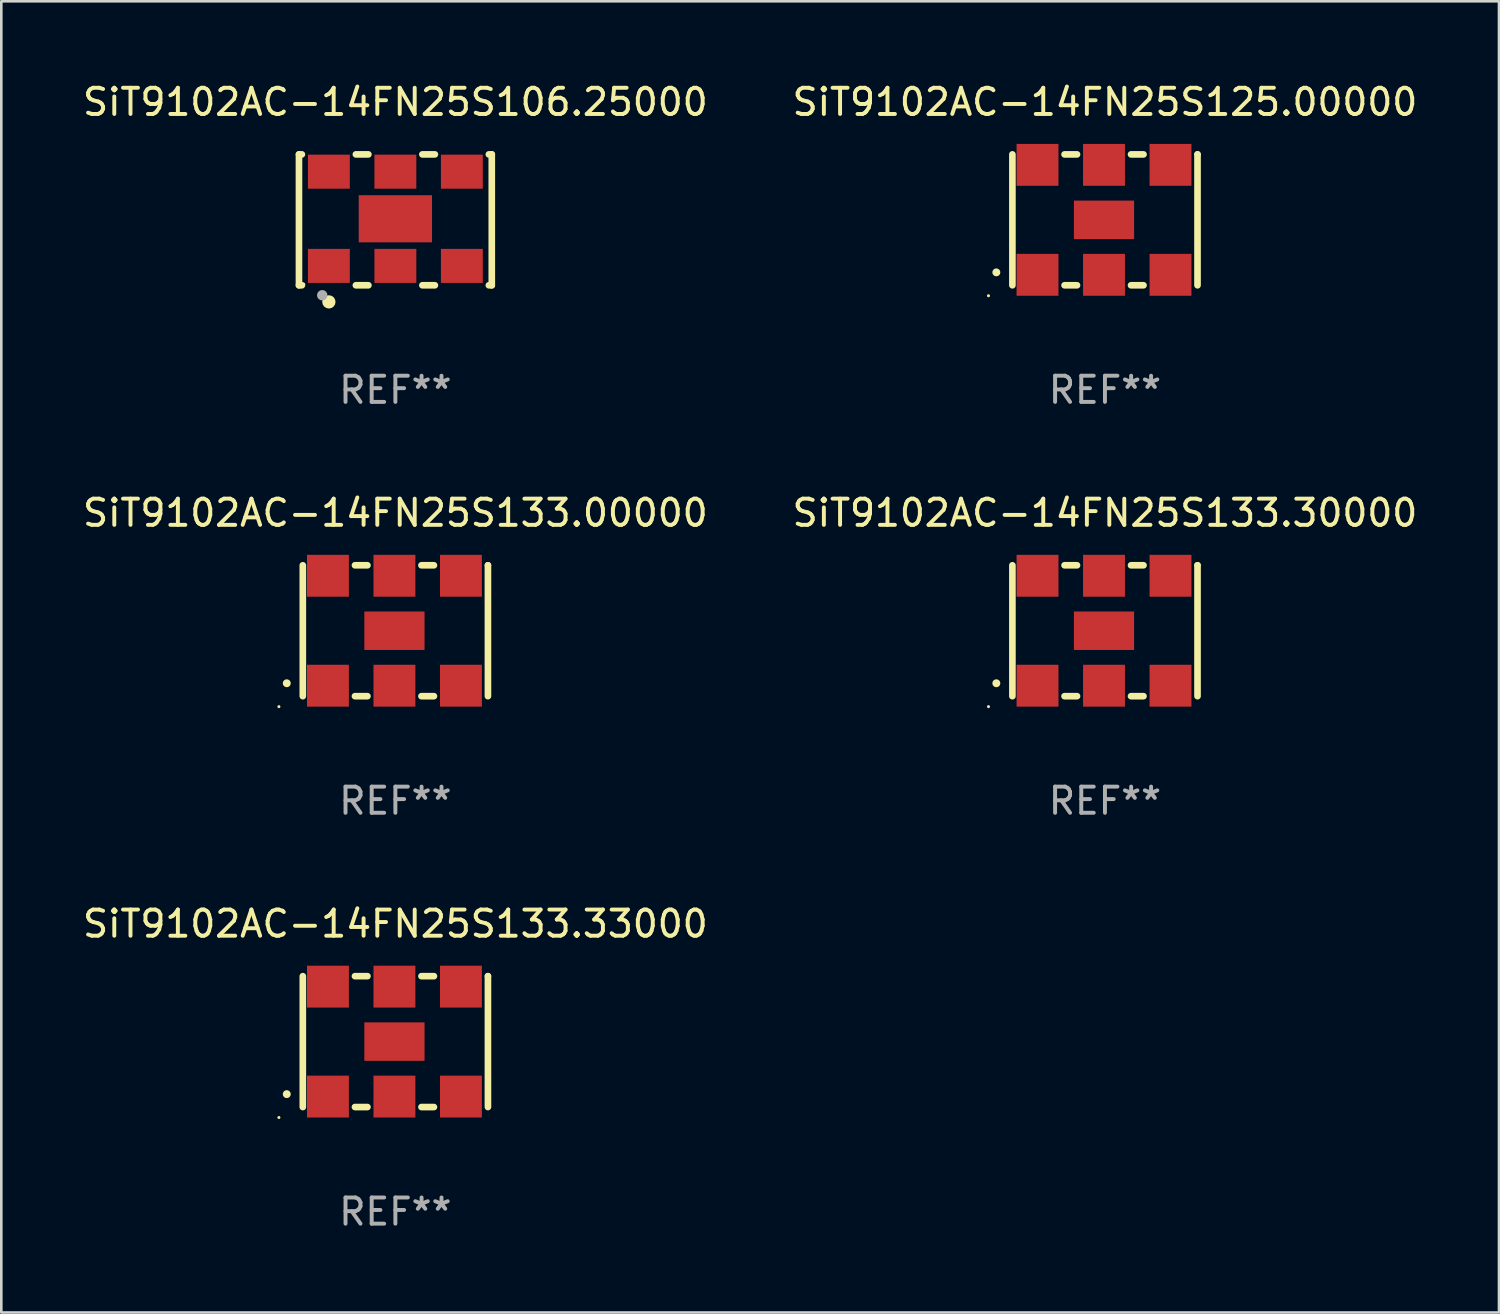
<source format=kicad_pcb>
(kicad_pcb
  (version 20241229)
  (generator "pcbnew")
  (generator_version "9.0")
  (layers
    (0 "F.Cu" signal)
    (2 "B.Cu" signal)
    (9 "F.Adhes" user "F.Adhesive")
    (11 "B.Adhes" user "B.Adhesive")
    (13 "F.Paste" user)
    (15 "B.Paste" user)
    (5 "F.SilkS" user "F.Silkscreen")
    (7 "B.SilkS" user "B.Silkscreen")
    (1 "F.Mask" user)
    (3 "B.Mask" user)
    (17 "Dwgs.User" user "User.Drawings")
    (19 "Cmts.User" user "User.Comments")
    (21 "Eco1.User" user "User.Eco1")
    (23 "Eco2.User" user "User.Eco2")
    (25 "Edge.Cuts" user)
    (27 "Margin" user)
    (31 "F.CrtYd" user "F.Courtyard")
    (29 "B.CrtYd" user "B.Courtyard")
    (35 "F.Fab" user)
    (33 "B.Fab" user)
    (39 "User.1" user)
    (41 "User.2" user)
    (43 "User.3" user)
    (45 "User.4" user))
  (footprint "SiT9102AC-14FN25S133.30000"
    (layer "F.Cu")
    (at 39.161 21.045)
    (property "Reference" "SiT9102AC-14FN25S133.30000" (at 0 -4.5 0) (layer "F.SilkS") (effects (font (size 1 1) (thickness 0.15))))
    (attr through_hole)
    (fp_line (start -3.536 -2.5) (end -3.536 2.5) (stroke (width 0.254) (type solid)) (layer "F.SilkS"))
    (fp_line (start -1.544 2.5) (end -1.067 2.5) (stroke (width 0.254) (type solid)) (layer "F.SilkS"))
    (fp_line (start -1.067 -2.5) (end -1.544 -2.5) (stroke (width 0.254) (type solid)) (layer "F.SilkS"))
    (fp_line (start 0.996 2.5) (end 1.473 2.5) (stroke (width 0.254) (type solid)) (layer "F.SilkS"))
    (fp_line (start 1.473 -2.5) (end 0.996 -2.5) (stroke (width 0.254) (type solid)) (layer "F.SilkS"))
    (fp_line (start 3.536 -2.5) (end 3.536 -2.5) (stroke (width 0.254) (type solid)) (layer "F.SilkS"))
    (fp_line (start 3.536 2.5) (end 3.536 -2.5) (stroke (width 0.254) (type solid)) (layer "F.SilkS"))
    (fp_arc (start -4.150432 2.006604) (mid -4.149162 2.006599) (end -4.147892 2.006604) (stroke (width 0.3) (type solid)) (layer "F.SilkS"))
    (fp_circle (center -4.449 2.9) (end -4.419 2.9) (stroke (width 0.06) (type solid)) (fill no) (layer "F.SilkS"))
    (fp_text user "REF**" (at 0 6.5 0) (layer "F.Fab") (effects (font (size 1 1) (thickness 0.15))))
    (pad "1" smd rect (at -2.576 2.1) (size 1.6 1.6) (layers "F.Cu" "F.Mask" "F.Paste"))
    (pad "2" smd rect (at -0.036 2.1) (size 1.6 1.6) (layers "F.Cu" "F.Mask" "F.Paste"))
    (pad "3" smd rect (at 2.504 2.1) (size 1.6 1.6) (layers "F.Cu" "F.Mask" "F.Paste"))
    (pad "4" smd rect (at 2.504 -2.1) (size 1.6 1.6) (layers "F.Cu" "F.Mask" "F.Paste"))
    (pad "5" smd rect (at -0.036 -2.1) (size 1.6 1.6) (layers "F.Cu" "F.Mask" "F.Paste"))
    (pad "6" smd rect (at -2.576 -2.1) (size 1.6 1.6) (layers "F.Cu" "F.Mask" "F.Paste"))
    (pad "7" smd rect (at -0.036 0) (size 2.3 1.47) (layers "F.Cu" "F.Mask" "F.Paste")))
  (footprint "SiT9102AC-14FN25S133.33000"
    (layer "F.Cu")
    (at 12.054 36.741)
    (property "Reference" "SiT9102AC-14FN25S133.33000" (at 0 -4.5 0) (layer "F.SilkS") (effects (font (size 1 1) (thickness 0.15))))
    (attr through_hole)
    (fp_line (start -3.536 -2.5) (end -3.536 2.5) (stroke (width 0.254) (type solid)) (layer "F.SilkS"))
    (fp_line (start -1.544 2.5) (end -1.067 2.5) (stroke (width 0.254) (type solid)) (layer "F.SilkS"))
    (fp_line (start -1.067 -2.5) (end -1.544 -2.5) (stroke (width 0.254) (type solid)) (layer "F.SilkS"))
    (fp_line (start 0.996 2.5) (end 1.473 2.5) (stroke (width 0.254) (type solid)) (layer "F.SilkS"))
    (fp_line (start 1.473 -2.5) (end 0.996 -2.5) (stroke (width 0.254) (type solid)) (layer "F.SilkS"))
    (fp_line (start 3.536 -2.5) (end 3.536 -2.5) (stroke (width 0.254) (type solid)) (layer "F.SilkS"))
    (fp_line (start 3.536 2.5) (end 3.536 -2.5) (stroke (width 0.254) (type solid)) (layer "F.SilkS"))
    (fp_arc (start -4.150432 2.006604) (mid -4.149162 2.006599) (end -4.147892 2.006604) (stroke (width 0.3) (type solid)) (layer "F.SilkS"))
    (fp_circle (center -4.449 2.9) (end -4.419 2.9) (stroke (width 0.06) (type solid)) (fill no) (layer "F.SilkS"))
    (fp_text user "REF**" (at 0 6.5 0) (layer "F.Fab") (effects (font (size 1 1) (thickness 0.15))))
    (pad "1" smd rect (at -2.576 2.1) (size 1.6 1.6) (layers "F.Cu" "F.Mask" "F.Paste"))
    (pad "2" smd rect (at -0.036 2.1) (size 1.6 1.6) (layers "F.Cu" "F.Mask" "F.Paste"))
    (pad "3" smd rect (at 2.504 2.1) (size 1.6 1.6) (layers "F.Cu" "F.Mask" "F.Paste"))
    (pad "4" smd rect (at 2.504 -2.1) (size 1.6 1.6) (layers "F.Cu" "F.Mask" "F.Paste"))
    (pad "5" smd rect (at -0.036 -2.1) (size 1.6 1.6) (layers "F.Cu" "F.Mask" "F.Paste"))
    (pad "6" smd rect (at -2.576 -2.1) (size 1.6 1.6) (layers "F.Cu" "F.Mask" "F.Paste"))
    (pad "7" smd rect (at -0.036 0) (size 2.3 1.47) (layers "F.Cu" "F.Mask" "F.Paste")))
  (footprint "SiT9102AC-14FN25S125.00000"
    (layer "F.Cu")
    (at 39.161 5.348)
    (property "Reference" "SiT9102AC-14FN25S125.00000" (at 0 -4.5 0) (layer "F.SilkS") (effects (font (size 1 1) (thickness 0.15))))
    (attr through_hole)
    (fp_line (start -3.536 -2.5) (end -3.536 2.5) (stroke (width 0.254) (type solid)) (layer "F.SilkS"))
    (fp_line (start -1.544 2.5) (end -1.067 2.5) (stroke (width 0.254) (type solid)) (layer "F.SilkS"))
    (fp_line (start -1.067 -2.5) (end -1.544 -2.5) (stroke (width 0.254) (type solid)) (layer "F.SilkS"))
    (fp_line (start 0.996 2.5) (end 1.473 2.5) (stroke (width 0.254) (type solid)) (layer "F.SilkS"))
    (fp_line (start 1.473 -2.5) (end 0.996 -2.5) (stroke (width 0.254) (type solid)) (layer "F.SilkS"))
    (fp_line (start 3.536 -2.5) (end 3.536 -2.5) (stroke (width 0.254) (type solid)) (layer "F.SilkS"))
    (fp_line (start 3.536 2.5) (end 3.536 -2.5) (stroke (width 0.254) (type solid)) (layer "F.SilkS"))
    (fp_arc (start -4.150432 2.006604) (mid -4.149162 2.006599) (end -4.147892 2.006604) (stroke (width 0.3) (type solid)) (layer "F.SilkS"))
    (fp_circle (center -4.449 2.9) (end -4.419 2.9) (stroke (width 0.06) (type solid)) (fill no) (layer "F.SilkS"))
    (fp_text user "REF**" (at 0 6.5 0) (layer "F.Fab") (effects (font (size 1 1) (thickness 0.15))))
    (pad "1" smd rect (at -2.576 2.1) (size 1.6 1.6) (layers "F.Cu" "F.Mask" "F.Paste"))
    (pad "2" smd rect (at -0.036 2.1) (size 1.6 1.6) (layers "F.Cu" "F.Mask" "F.Paste"))
    (pad "3" smd rect (at 2.504 2.1) (size 1.6 1.6) (layers "F.Cu" "F.Mask" "F.Paste"))
    (pad "4" smd rect (at 2.504 -2.1) (size 1.6 1.6) (layers "F.Cu" "F.Mask" "F.Paste"))
    (pad "5" smd rect (at -0.036 -2.1) (size 1.6 1.6) (layers "F.Cu" "F.Mask" "F.Paste"))
    (pad "6" smd rect (at -2.576 -2.1) (size 1.6 1.6) (layers "F.Cu" "F.Mask" "F.Paste"))
    (pad "7" smd rect (at -0.036 0) (size 2.3 1.47) (layers "F.Cu" "F.Mask" "F.Paste")))
  (footprint "SiT9102AC-14FN25S106.25000"
    (layer "F.Cu")
    (at 12.054 5.348)
    (property "Reference" "SiT9102AC-14FN25S106.25000" (at 0 -4.5 0) (layer "F.SilkS") (effects (font (size 1 1) (thickness 0.15))))
    (attr through_hole)
    (fp_line (start -3.683 -2.5) (end -3.571 -2.5) (stroke (width 0.254) (type solid)) (layer "F.SilkS"))
    (fp_line (start -3.683 2.5) (end -3.683 -2.5) (stroke (width 0.254) (type solid)) (layer "F.SilkS"))
    (fp_line (start -3.683 2.5) (end -3.571 2.5) (stroke (width 0.254) (type solid)) (layer "F.SilkS"))
    (fp_line (start -1.509 -2.5) (end -1.031 -2.5) (stroke (width 0.254) (type solid)) (layer "F.SilkS"))
    (fp_line (start -1.509 2.5) (end -1.031 2.5) (stroke (width 0.254) (type solid)) (layer "F.SilkS"))
    (fp_line (start 1.031 -2.5) (end 1.509 -2.5) (stroke (width 0.254) (type solid)) (layer "F.SilkS"))
    (fp_line (start 1.031 2.5) (end 1.509 2.5) (stroke (width 0.254) (type solid)) (layer "F.SilkS"))
    (fp_line (start 3.571 -2.5) (end 3.683 -2.5) (stroke (width 0.254) (type solid)) (layer "F.SilkS"))
    (fp_line (start 3.571 2.5) (end 3.683 2.5) (stroke (width 0.254) (type solid)) (layer "F.SilkS"))
    (fp_line (start 3.683 2.5) (end 3.683 -2.5) (stroke (width 0.254) (type solid)) (layer "F.SilkS"))
    (fp_circle (center -3.5 2.46) (end -3.47 2.46) (stroke (width 0.06) (type solid)) (fill no) (layer "F.SilkS"))
    (fp_circle (center -2.54 3.135) (end -2.413 3.135) (stroke (width 0.254) (type solid)) (fill no) (layer "F.SilkS"))
    (fp_circle (center -2.794 2.881) (end -2.694 2.881) (stroke (width 0.2) (type solid)) (fill no) (layer "F.Fab"))
    (fp_text user "REF**" (at 0 6.5 0) (layer "F.Fab") (effects (font (size 1 1) (thickness 0.15))))
    (pad "1" smd rect (at -2.54 1.76) (size 1.6 1.3) (layers "F.Cu" "F.Mask" "F.Paste"))
    (pad "2" smd rect (at 0 1.76) (size 1.6 1.3) (layers "F.Cu" "F.Mask" "F.Paste"))
    (pad "3" smd rect (at 2.54 1.76) (size 1.6 1.3) (layers "F.Cu" "F.Mask" "F.Paste"))
    (pad "4" smd rect (at 2.54 -1.84) (size 1.6 1.3) (layers "F.Cu" "F.Mask" "F.Paste"))
    (pad "5" smd rect (at 0 -1.84) (size 1.6 1.3) (layers "F.Cu" "F.Mask" "F.Paste"))
    (pad "6" smd rect (at -2.54 -1.84) (size 1.6 1.3) (layers "F.Cu" "F.Mask" "F.Paste"))
    (pad "7" smd rect (at 0 -0.04) (size 2.8 1.8) (layers "F.Cu" "F.Mask" "F.Paste")))
  (footprint "SiT9102AC-14FN25S133.00000"
    (layer "F.Cu")
    (at 12.054 21.045)
    (property "Reference" "SiT9102AC-14FN25S133.00000" (at 0 -4.5 0) (layer "F.SilkS") (effects (font (size 1 1) (thickness 0.15))))
    (attr through_hole)
    (fp_line (start -3.536 -2.5) (end -3.536 2.5) (stroke (width 0.254) (type solid)) (layer "F.SilkS"))
    (fp_line (start -1.544 2.5) (end -1.067 2.5) (stroke (width 0.254) (type solid)) (layer "F.SilkS"))
    (fp_line (start -1.067 -2.5) (end -1.544 -2.5) (stroke (width 0.254) (type solid)) (layer "F.SilkS"))
    (fp_line (start 0.996 2.5) (end 1.473 2.5) (stroke (width 0.254) (type solid)) (layer "F.SilkS"))
    (fp_line (start 1.473 -2.5) (end 0.996 -2.5) (stroke (width 0.254) (type solid)) (layer "F.SilkS"))
    (fp_line (start 3.536 -2.5) (end 3.536 -2.5) (stroke (width 0.254) (type solid)) (layer "F.SilkS"))
    (fp_line (start 3.536 2.5) (end 3.536 -2.5) (stroke (width 0.254) (type solid)) (layer "F.SilkS"))
    (fp_arc (start -4.150432 2.006604) (mid -4.149162 2.006599) (end -4.147892 2.006604) (stroke (width 0.3) (type solid)) (layer "F.SilkS"))
    (fp_circle (center -4.449 2.9) (end -4.419 2.9) (stroke (width 0.06) (type solid)) (fill no) (layer "F.SilkS"))
    (fp_text user "REF**" (at 0 6.5 0) (layer "F.Fab") (effects (font (size 1 1) (thickness 0.15))))
    (pad "1" smd rect (at -2.576 2.1) (size 1.6 1.6) (layers "F.Cu" "F.Mask" "F.Paste"))
    (pad "2" smd rect (at -0.036 2.1) (size 1.6 1.6) (layers "F.Cu" "F.Mask" "F.Paste"))
    (pad "3" smd rect (at 2.504 2.1) (size 1.6 1.6) (layers "F.Cu" "F.Mask" "F.Paste"))
    (pad "4" smd rect (at 2.504 -2.1) (size 1.6 1.6) (layers "F.Cu" "F.Mask" "F.Paste"))
    (pad "5" smd rect (at -0.036 -2.1) (size 1.6 1.6) (layers "F.Cu" "F.Mask" "F.Paste"))
    (pad "6" smd rect (at -2.576 -2.1) (size 1.6 1.6) (layers "F.Cu" "F.Mask" "F.Paste"))
    (pad "7" smd rect (at -0.036 0) (size 2.3 1.47) (layers "F.Cu" "F.Mask" "F.Paste")))
  (gr_rect
    (start -3 -3)
    (end 54.214 47.09)
    (stroke (width 0.1) (type default))
    (fill no)
    (layer "Edge.Cuts")))
</source>
